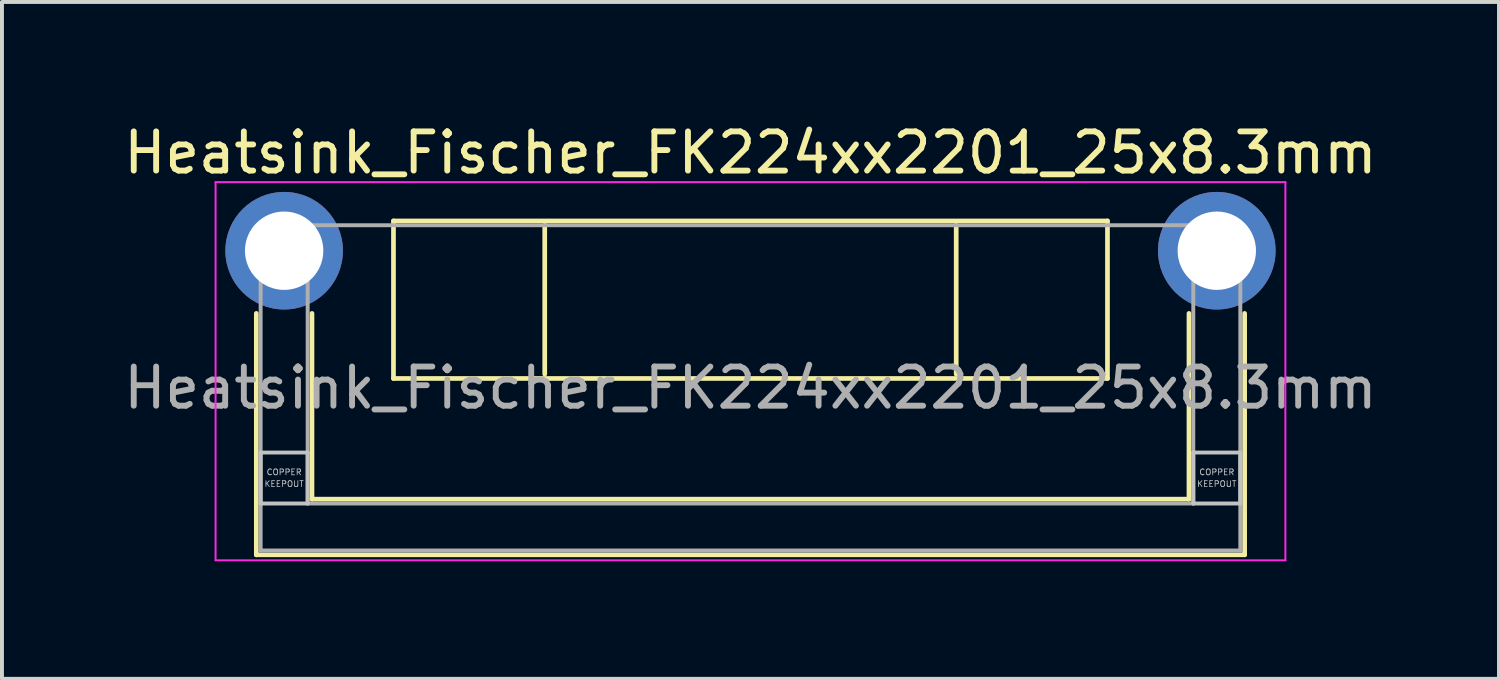
<source format=kicad_pcb>
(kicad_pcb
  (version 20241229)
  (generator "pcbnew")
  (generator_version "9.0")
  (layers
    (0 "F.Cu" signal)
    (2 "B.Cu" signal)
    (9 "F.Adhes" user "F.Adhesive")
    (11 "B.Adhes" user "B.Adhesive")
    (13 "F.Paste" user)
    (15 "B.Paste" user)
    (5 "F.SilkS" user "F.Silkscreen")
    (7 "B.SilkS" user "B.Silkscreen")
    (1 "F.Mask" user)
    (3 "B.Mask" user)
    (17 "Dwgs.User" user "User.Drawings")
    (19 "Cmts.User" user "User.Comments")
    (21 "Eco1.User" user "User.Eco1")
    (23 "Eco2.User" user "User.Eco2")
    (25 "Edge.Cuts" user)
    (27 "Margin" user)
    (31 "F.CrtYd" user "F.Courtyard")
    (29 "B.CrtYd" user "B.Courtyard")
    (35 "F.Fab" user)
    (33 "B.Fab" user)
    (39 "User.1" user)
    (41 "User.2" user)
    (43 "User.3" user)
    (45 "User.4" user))
  (footprint "Heatsink_Fischer_FK224xx2201_25x8.3mm"
    (layer "F.Cu")
    (at 4.201 3.348)
    (property "Reference" "Heatsink_Fischer_FK224xx2201_25x8.3mm" (at 11.9 -2.5 180) (layer "F.SilkS") (effects (font (size 1 1) (thickness 0.15))))
    (attr through_hole)
    (fp_line (start -0.71 1.6) (end -0.71 7.76) (stroke (width 0.12) (type solid)) (layer "F.SilkS"))
    (fp_line (start 0.71 1.6) (end 0.71 6.34) (stroke (width 0.12) (type solid)) (layer "F.SilkS"))
    (fp_line (start 2.79 -0.76) (end 2.79 3.26) (stroke (width 0.12) (type solid)) (layer "F.SilkS"))
    (fp_line (start 2.79 3.26) (end 21.01 3.26) (stroke (width 0.12) (type solid)) (layer "F.SilkS"))
    (fp_line (start 6.65 -0.65) (end 6.65 3.15) (stroke (width 0.12) (type solid)) (layer "F.SilkS"))
    (fp_line (start 17.15 -0.65) (end 17.15 3.15) (stroke (width 0.12) (type solid)) (layer "F.SilkS"))
    (fp_line (start 21.01 -0.76) (end 2.79 -0.76) (stroke (width 0.12) (type solid)) (layer "F.SilkS"))
    (fp_line (start 21.01 3.26) (end 21.01 -0.76) (stroke (width 0.12) (type solid)) (layer "F.SilkS"))
    (fp_line (start 23.09 1.6) (end 23.09 6.34) (stroke (width 0.12) (type solid)) (layer "F.SilkS"))
    (fp_line (start 23.09 6.34) (end 0.71 6.34) (stroke (width 0.12) (type solid)) (layer "F.SilkS"))
    (fp_line (start 24.51 1.6) (end 24.51 7.76) (stroke (width 0.12) (type solid)) (layer "F.SilkS"))
    (fp_line (start 24.51 7.76) (end -0.71 7.76) (stroke (width 0.12) (type solid)) (layer "F.SilkS"))
    (fp_line (start -0.6 5.15) (end 0.6 5.15) (stroke (width 0.1) (type solid)) (layer "Dwgs.User"))
    (fp_line (start -0.6 6.45) (end -0.6 5.15) (stroke (width 0.1) (type solid)) (layer "Dwgs.User"))
    (fp_line (start 0.6 5.15) (end 0.6 6.45) (stroke (width 0.1) (type solid)) (layer "Dwgs.User"))
    (fp_line (start 0.6 6.45) (end -0.6 6.45) (stroke (width 0.1) (type solid)) (layer "Dwgs.User"))
    (fp_line (start 23.2 5.15) (end 24.4 5.15) (stroke (width 0.1) (type solid)) (layer "Dwgs.User"))
    (fp_line (start 23.2 6.45) (end 23.2 5.15) (stroke (width 0.1) (type solid)) (layer "Dwgs.User"))
    (fp_line (start 24.4 5.15) (end 24.4 6.45) (stroke (width 0.1) (type solid)) (layer "Dwgs.User"))
    (fp_line (start 24.4 6.45) (end 23.2 6.45) (stroke (width 0.1) (type solid)) (layer "Dwgs.User"))
    (fp_line (start -1.75 -1.75) (end -1.75 7.9) (stroke (width 0.05) (type solid)) (layer "F.CrtYd"))
    (fp_line (start -1.75 -1.75) (end 25.55 -1.75) (stroke (width 0.05) (type solid)) (layer "F.CrtYd"))
    (fp_line (start 25.55 7.9) (end -1.75 7.9) (stroke (width 0.05) (type solid)) (layer "F.CrtYd"))
    (fp_line (start 25.55 7.9) (end 25.55 -1.75) (stroke (width 0.05) (type solid)) (layer "F.CrtYd"))
    (fp_line (start -0.6 -0.65) (end 24.4 -0.65) (stroke (width 0.1) (type solid)) (layer "F.Fab"))
    (fp_line (start -0.6 7.65) (end -0.6 -0.65) (stroke (width 0.1) (type solid)) (layer "F.Fab"))
    (fp_line (start 0.6 -0.65) (end 0.6 6.45) (stroke (width 0.1) (type solid)) (layer "F.Fab"))
    (fp_line (start 23.2 -0.65) (end 23.2 6.45) (stroke (width 0.1) (type solid)) (layer "F.Fab"))
    (fp_line (start 23.2 6.45) (end 0.6 6.45) (stroke (width 0.1) (type solid)) (layer "F.Fab"))
    (fp_line (start 24.4 -0.65) (end 24.4 7.65) (stroke (width 0.1) (type solid)) (layer "F.Fab"))
    (fp_line (start 24.4 7.65) (end -0.6 7.65) (stroke (width 0.1) (type solid)) (layer "F.Fab"))
    (fp_text user "COPPER" (at 0 5.65 0) (layer "Dwgs.User") (effects (font (size 0.15 0.15) (thickness 0.02))))
    (fp_text user "COPPER" (at 23.8 5.65 0) (layer "Dwgs.User") (effects (font (size 0.15 0.15) (thickness 0.02))))
    (fp_text user "KEEPOUT" (at 0 5.95 0) (layer "Dwgs.User") (effects (font (size 0.15 0.15) (thickness 0.02))))
    (fp_text user "KEEPOUT" (at 23.8 5.95 0) (layer "Dwgs.User") (effects (font (size 0.15 0.15) (thickness 0.02))))
    (fp_text user "${REFERENCE}" (at 11.9 3.5 0) (layer "F.Fab") (effects (font (size 1 1) (thickness 0.15))))
    (pad "1" thru_hole circle (at 0 0) (size 3 3) (drill 2) (layers "*.Cu" "*.Mask"))
    (pad "1" thru_hole circle (at 23.8 0) (size 3 3) (drill 2) (layers "*.Cu" "*.Mask")))
  (gr_rect
    (start -3 -3)
    (end 35.202 14.273)
    (stroke (width 0.1) (type default))
    (fill no)
    (layer "Edge.Cuts")))
</source>
